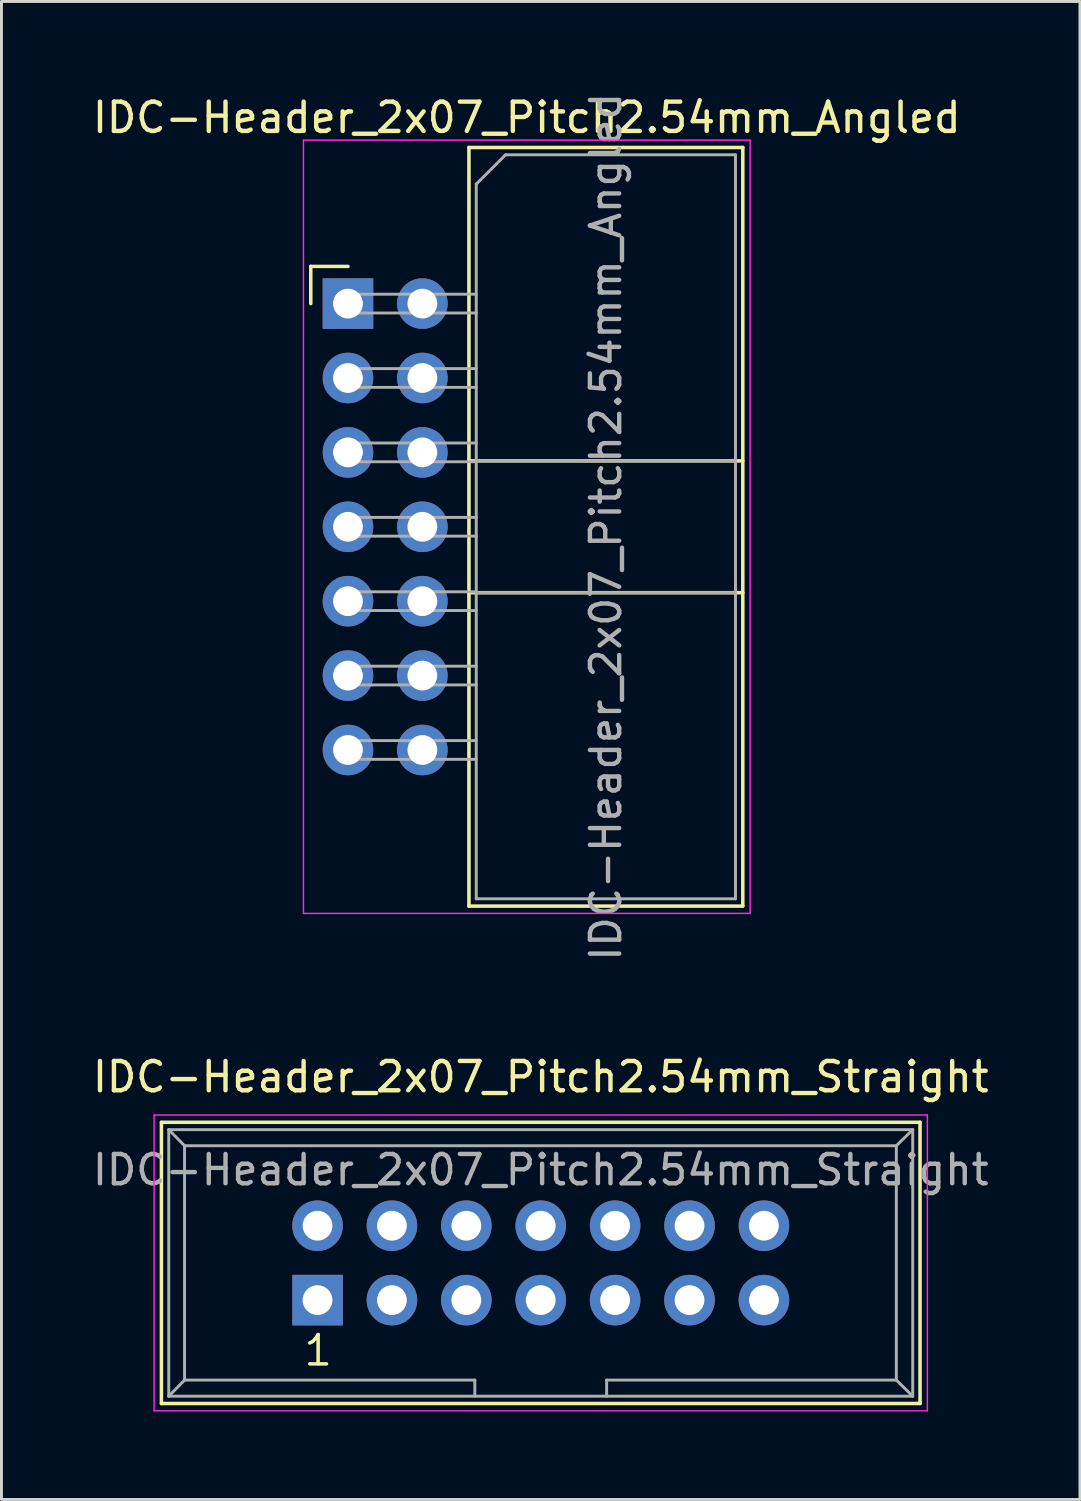
<source format=kicad_pcb>
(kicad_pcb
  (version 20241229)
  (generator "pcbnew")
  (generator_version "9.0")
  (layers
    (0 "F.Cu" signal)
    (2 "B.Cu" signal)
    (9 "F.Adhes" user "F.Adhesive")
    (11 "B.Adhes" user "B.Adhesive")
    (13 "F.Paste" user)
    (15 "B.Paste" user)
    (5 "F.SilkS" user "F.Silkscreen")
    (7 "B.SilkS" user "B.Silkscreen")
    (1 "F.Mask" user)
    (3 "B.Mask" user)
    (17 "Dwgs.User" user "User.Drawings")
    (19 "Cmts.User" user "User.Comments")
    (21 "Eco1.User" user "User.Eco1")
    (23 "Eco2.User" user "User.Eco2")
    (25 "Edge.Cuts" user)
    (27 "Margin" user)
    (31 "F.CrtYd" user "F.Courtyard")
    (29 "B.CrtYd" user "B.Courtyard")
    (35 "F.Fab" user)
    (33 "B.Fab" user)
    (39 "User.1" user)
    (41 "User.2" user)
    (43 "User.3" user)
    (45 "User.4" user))
  (footprint "IDC-Header_2x07_Pitch2.54mm_Straight"
    (layer "F.Cu")
    (at 7.791 41.337)
    (property "Reference" "IDC-Header_2x07_Pitch2.54mm_Straight" (at 7.62 -7.62 0) (layer "F.SilkS") (effects (font (size 1 1) (thickness 0.15))))
    (attr through_hole)
    (fp_line (start -5.33 -6.07) (end 20.57 -6.07) (stroke (width 0.12) (type solid)) (layer "F.SilkS"))
    (fp_line (start -5.33 3.53) (end -5.33 -6.07) (stroke (width 0.12) (type solid)) (layer "F.SilkS"))
    (fp_line (start 20.57 -6.07) (end 20.57 3.53) (stroke (width 0.12) (type solid)) (layer "F.SilkS"))
    (fp_line (start 20.57 3.53) (end -5.33 3.53) (stroke (width 0.12) (type solid)) (layer "F.SilkS"))
    (fp_line (start -5.58 -6.32) (end 20.82 -6.32) (stroke (width 0.05) (type solid)) (layer "F.CrtYd"))
    (fp_line (start -5.58 3.78) (end -5.58 -6.32) (stroke (width 0.05) (type solid)) (layer "F.CrtYd"))
    (fp_line (start 20.82 -6.32) (end 20.82 3.78) (stroke (width 0.05) (type solid)) (layer "F.CrtYd"))
    (fp_line (start 20.82 3.78) (end -5.58 3.78) (stroke (width 0.05) (type solid)) (layer "F.CrtYd"))
    (fp_line (start -5.08 -5.82) (end -5.08 3.28) (stroke (width 0.1) (type solid)) (layer "F.Fab"))
    (fp_line (start -5.08 -5.82) (end -4.54 -5.27) (stroke (width 0.1) (type solid)) (layer "F.Fab"))
    (fp_line (start -5.08 -5.82) (end 20.32 -5.82) (stroke (width 0.1) (type solid)) (layer "F.Fab"))
    (fp_line (start -5.08 3.28) (end -4.54 2.73) (stroke (width 0.1) (type solid)) (layer "F.Fab"))
    (fp_line (start -5.08 3.28) (end 20.32 3.28) (stroke (width 0.1) (type solid)) (layer "F.Fab"))
    (fp_line (start -4.54 -5.27) (end -4.54 2.73) (stroke (width 0.1) (type solid)) (layer "F.Fab"))
    (fp_line (start -4.54 -5.27) (end 19.76 -5.27) (stroke (width 0.1) (type solid)) (layer "F.Fab"))
    (fp_line (start -4.54 2.73) (end 5.37 2.73) (stroke (width 0.1) (type solid)) (layer "F.Fab"))
    (fp_line (start 5.37 2.73) (end 5.37 3.28) (stroke (width 0.1) (type solid)) (layer "F.Fab"))
    (fp_line (start 9.87 2.73) (end 9.87 3.28) (stroke (width 0.1) (type solid)) (layer "F.Fab"))
    (fp_line (start 9.87 2.73) (end 19.76 2.73) (stroke (width 0.1) (type solid)) (layer "F.Fab"))
    (fp_line (start 19.76 -5.27) (end 19.76 2.73) (stroke (width 0.1) (type solid)) (layer "F.Fab"))
    (fp_line (start 20.32 -5.82) (end 19.76 -5.27) (stroke (width 0.1) (type solid)) (layer "F.Fab"))
    (fp_line (start 20.32 -5.82) (end 20.32 3.28) (stroke (width 0.1) (type solid)) (layer "F.Fab"))
    (fp_line (start 20.32 3.28) (end 19.76 2.73) (stroke (width 0.1) (type solid)) (layer "F.Fab"))
    (fp_text user "1" (at 0.02 1.72 0) (layer "F.SilkS") (effects (font (size 1 1) (thickness 0.12))))
    (fp_text user "${REFERENCE}" (at 7.62 -4.445 0) (layer "F.Fab") (effects (font (size 1 1) (thickness 0.15))))
    (pad "1" thru_hole rect (at 0 0) (size 1.727 1.727) (drill 1.016) (layers "*.Cu" "*.Mask"))
    (pad "2" thru_hole oval (at 0 -2.54) (size 1.727 1.727) (drill 1.016) (layers "*.Cu" "*.Mask"))
    (pad "3" thru_hole oval (at 2.54 0) (size 1.727 1.727) (drill 1.016) (layers "*.Cu" "*.Mask"))
    (pad "4" thru_hole oval (at 2.54 -2.54) (size 1.727 1.727) (drill 1.016) (layers "*.Cu" "*.Mask"))
    (pad "5" thru_hole oval (at 5.08 0) (size 1.727 1.727) (drill 1.016) (layers "*.Cu" "*.Mask"))
    (pad "6" thru_hole oval (at 5.08 -2.54) (size 1.727 1.727) (drill 1.016) (layers "*.Cu" "*.Mask"))
    (pad "7" thru_hole oval (at 7.62 0) (size 1.727 1.727) (drill 1.016) (layers "*.Cu" "*.Mask"))
    (pad "8" thru_hole oval (at 7.62 -2.54) (size 1.727 1.727) (drill 1.016) (layers "*.Cu" "*.Mask"))
    (pad "9" thru_hole oval (at 10.16 0) (size 1.727 1.727) (drill 1.016) (layers "*.Cu" "*.Mask"))
    (pad "10" thru_hole oval (at 10.16 -2.54) (size 1.727 1.727) (drill 1.016) (layers "*.Cu" "*.Mask"))
    (pad "11" thru_hole oval (at 12.7 0) (size 1.727 1.727) (drill 1.016) (layers "*.Cu" "*.Mask"))
    (pad "12" thru_hole oval (at 12.7 -2.54) (size 1.727 1.727) (drill 1.016) (layers "*.Cu" "*.Mask"))
    (pad "13" thru_hole oval (at 15.24 0) (size 1.727 1.727) (drill 1.016) (layers "*.Cu" "*.Mask"))
    (pad "14" thru_hole oval (at 15.24 -2.54) (size 1.727 1.727) (drill 1.016) (layers "*.Cu" "*.Mask")))
  (footprint "IDC-Header_2x07_Pitch2.54mm_Angled"
    (layer "F.Cu")
    (at 8.83 7.315)
    (property "Reference" "IDC-Header_2x07_Pitch2.54mm_Angled" (at 6.105 -6.35 0) (layer "F.SilkS") (effects (font (size 1 1) (thickness 0.15))))
    (attr through_hole)
    (fp_line (start -1.27 -1.27) (end -1.27 0) (stroke (width 0.12) (type solid)) (layer "F.SilkS"))
    (fp_line (start 0 -1.27) (end -1.27 -1.27) (stroke (width 0.12) (type solid)) (layer "F.SilkS"))
    (fp_line (start 4.13 -5.33) (end 13.48 -5.33) (stroke (width 0.12) (type solid)) (layer "F.SilkS"))
    (fp_line (start 4.13 5.37) (end 13.48 5.37) (stroke (width 0.12) (type solid)) (layer "F.SilkS"))
    (fp_line (start 4.13 9.87) (end 13.48 9.87) (stroke (width 0.12) (type solid)) (layer "F.SilkS"))
    (fp_line (start 4.13 20.57) (end 4.13 -5.33) (stroke (width 0.12) (type solid)) (layer "F.SilkS"))
    (fp_line (start 4.13 20.57) (end 13.48 20.57) (stroke (width 0.12) (type solid)) (layer "F.SilkS"))
    (fp_line (start 13.48 -5.33) (end 13.48 20.57) (stroke (width 0.12) (type solid)) (layer "F.SilkS"))
    (fp_line (start -1.52 -5.58) (end 13.73 -5.58) (stroke (width 0.05) (type solid)) (layer "F.CrtYd"))
    (fp_line (start -1.52 20.82) (end -1.52 -5.58) (stroke (width 0.05) (type solid)) (layer "F.CrtYd"))
    (fp_line (start 13.73 -5.58) (end 13.73 20.82) (stroke (width 0.05) (type solid)) (layer "F.CrtYd"))
    (fp_line (start 13.73 20.82) (end -1.52 20.82) (stroke (width 0.05) (type solid)) (layer "F.CrtYd"))
    (fp_line (start -0.32 -0.32) (end -0.32 0.32) (stroke (width 0.1) (type solid)) (layer "F.Fab"))
    (fp_line (start -0.32 0.32) (end 4.38 0.32) (stroke (width 0.1) (type solid)) (layer "F.Fab"))
    (fp_line (start -0.32 2.22) (end -0.32 2.86) (stroke (width 0.1) (type solid)) (layer "F.Fab"))
    (fp_line (start -0.32 2.86) (end 4.38 2.86) (stroke (width 0.1) (type solid)) (layer "F.Fab"))
    (fp_line (start -0.32 4.76) (end -0.32 5.4) (stroke (width 0.1) (type solid)) (layer "F.Fab"))
    (fp_line (start -0.32 5.4) (end 4.38 5.4) (stroke (width 0.1) (type solid)) (layer "F.Fab"))
    (fp_line (start -0.32 7.3) (end -0.32 7.94) (stroke (width 0.1) (type solid)) (layer "F.Fab"))
    (fp_line (start -0.32 7.94) (end 4.38 7.94) (stroke (width 0.1) (type solid)) (layer "F.Fab"))
    (fp_line (start -0.32 9.84) (end -0.32 10.48) (stroke (width 0.1) (type solid)) (layer "F.Fab"))
    (fp_line (start -0.32 10.48) (end 4.38 10.48) (stroke (width 0.1) (type solid)) (layer "F.Fab"))
    (fp_line (start -0.32 12.38) (end -0.32 13.02) (stroke (width 0.1) (type solid)) (layer "F.Fab"))
    (fp_line (start -0.32 13.02) (end 4.38 13.02) (stroke (width 0.1) (type solid)) (layer "F.Fab"))
    (fp_line (start -0.32 14.92) (end -0.32 15.56) (stroke (width 0.1) (type solid)) (layer "F.Fab"))
    (fp_line (start -0.32 15.56) (end 4.38 15.56) (stroke (width 0.1) (type solid)) (layer "F.Fab"))
    (fp_line (start 4.38 -4.08) (end 5.38 -5.08) (stroke (width 0.1) (type solid)) (layer "F.Fab"))
    (fp_line (start 4.38 -0.32) (end -0.32 -0.32) (stroke (width 0.1) (type solid)) (layer "F.Fab"))
    (fp_line (start 4.38 2.22) (end -0.32 2.22) (stroke (width 0.1) (type solid)) (layer "F.Fab"))
    (fp_line (start 4.38 4.76) (end -0.32 4.76) (stroke (width 0.1) (type solid)) (layer "F.Fab"))
    (fp_line (start 4.38 5.37) (end 13.23 5.37) (stroke (width 0.1) (type solid)) (layer "F.Fab"))
    (fp_line (start 4.38 7.3) (end -0.32 7.3) (stroke (width 0.1) (type solid)) (layer "F.Fab"))
    (fp_line (start 4.38 9.84) (end -0.32 9.84) (stroke (width 0.1) (type solid)) (layer "F.Fab"))
    (fp_line (start 4.38 9.87) (end 13.23 9.87) (stroke (width 0.1) (type solid)) (layer "F.Fab"))
    (fp_line (start 4.38 12.38) (end -0.32 12.38) (stroke (width 0.1) (type solid)) (layer "F.Fab"))
    (fp_line (start 4.38 14.92) (end -0.32 14.92) (stroke (width 0.1) (type solid)) (layer "F.Fab"))
    (fp_line (start 4.38 20.32) (end 4.38 -4.08) (stroke (width 0.1) (type solid)) (layer "F.Fab"))
    (fp_line (start 4.38 20.32) (end 13.23 20.32) (stroke (width 0.1) (type solid)) (layer "F.Fab"))
    (fp_line (start 5.38 -5.08) (end 13.23 -5.08) (stroke (width 0.1) (type solid)) (layer "F.Fab"))
    (fp_line (start 13.23 20.32) (end 13.23 -5.08) (stroke (width 0.1) (type solid)) (layer "F.Fab"))
    (fp_text user "${REFERENCE}" (at 8.805 7.62 90) (layer "F.Fab") (effects (font (size 1 1) (thickness 0.15))))
    (pad "1" thru_hole rect (at 0 0) (size 1.727 1.727) (drill 1.016) (layers "*.Cu" "*.Mask"))
    (pad "2" thru_hole oval (at 2.54 0) (size 1.727 1.727) (drill 1.016) (layers "*.Cu" "*.Mask"))
    (pad "3" thru_hole oval (at 0 2.54) (size 1.727 1.727) (drill 1.016) (layers "*.Cu" "*.Mask"))
    (pad "4" thru_hole oval (at 2.54 2.54) (size 1.727 1.727) (drill 1.016) (layers "*.Cu" "*.Mask"))
    (pad "5" thru_hole oval (at 0 5.08) (size 1.727 1.727) (drill 1.016) (layers "*.Cu" "*.Mask"))
    (pad "6" thru_hole oval (at 2.54 5.08) (size 1.727 1.727) (drill 1.016) (layers "*.Cu" "*.Mask"))
    (pad "7" thru_hole oval (at 0 7.62) (size 1.727 1.727) (drill 1.016) (layers "*.Cu" "*.Mask"))
    (pad "8" thru_hole oval (at 2.54 7.62) (size 1.727 1.727) (drill 1.016) (layers "*.Cu" "*.Mask"))
    (pad "9" thru_hole oval (at 0 10.16) (size 1.727 1.727) (drill 1.016) (layers "*.Cu" "*.Mask"))
    (pad "10" thru_hole oval (at 2.54 10.16) (size 1.727 1.727) (drill 1.016) (layers "*.Cu" "*.Mask"))
    (pad "11" thru_hole oval (at 0 12.7) (size 1.727 1.727) (drill 1.016) (layers "*.Cu" "*.Mask"))
    (pad "12" thru_hole oval (at 2.54 12.7) (size 1.727 1.727) (drill 1.016) (layers "*.Cu" "*.Mask"))
    (pad "13" thru_hole oval (at 0 15.24) (size 1.727 1.727) (drill 1.016) (layers "*.Cu" "*.Mask"))
    (pad "14" thru_hole oval (at 2.54 15.24) (size 1.727 1.727) (drill 1.016) (layers "*.Cu" "*.Mask")))
  (gr_rect
    (start -3 -3)
    (end 33.821 48.142)
    (stroke (width 0.1) (type default))
    (fill no)
    (layer "Edge.Cuts")))
</source>
